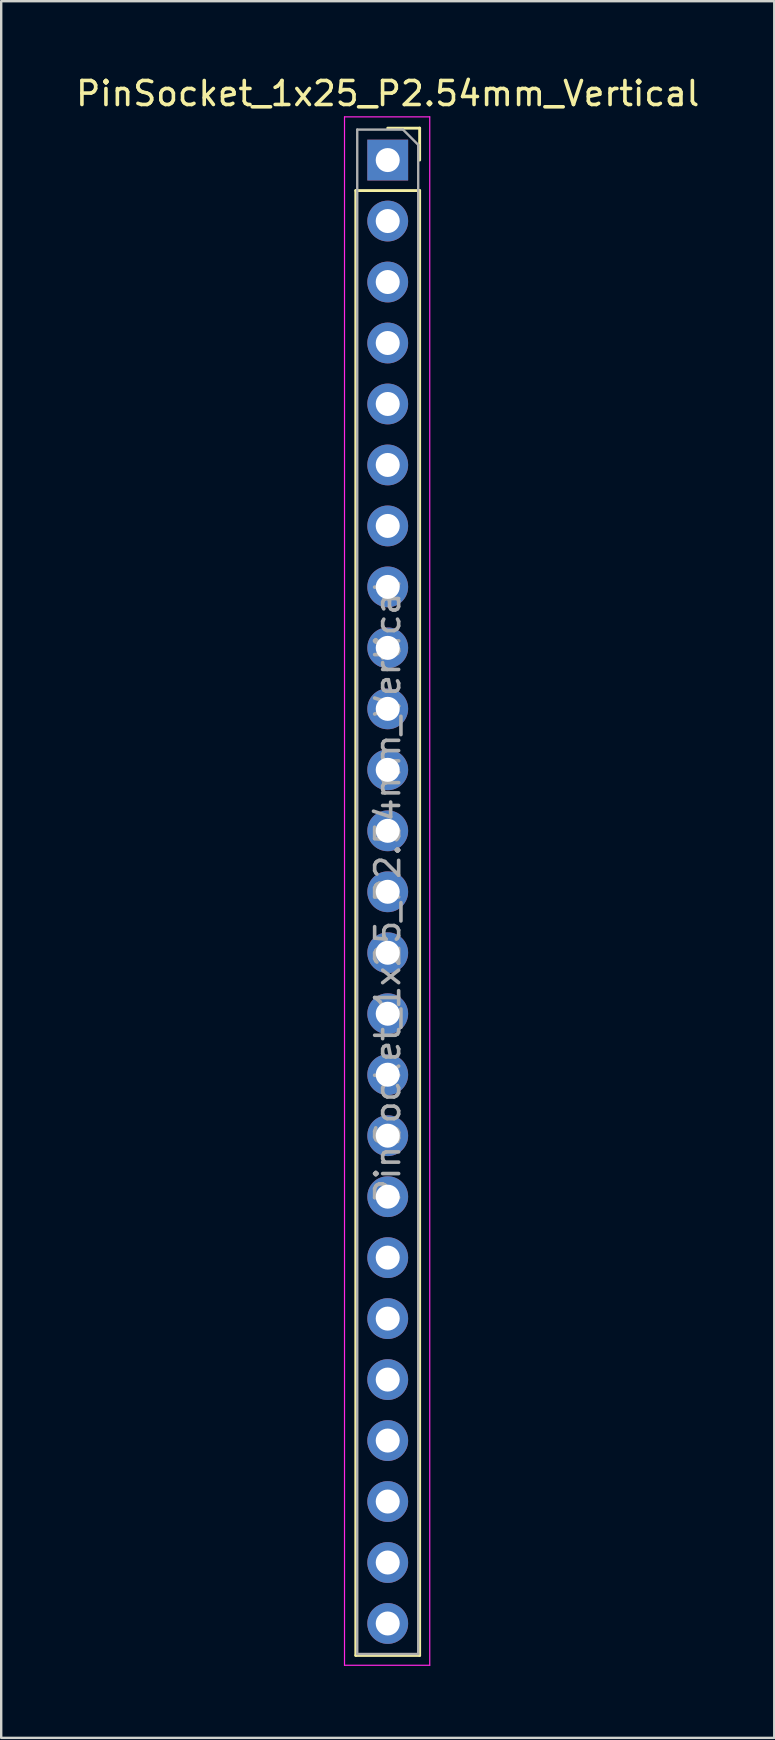
<source format=kicad_pcb>
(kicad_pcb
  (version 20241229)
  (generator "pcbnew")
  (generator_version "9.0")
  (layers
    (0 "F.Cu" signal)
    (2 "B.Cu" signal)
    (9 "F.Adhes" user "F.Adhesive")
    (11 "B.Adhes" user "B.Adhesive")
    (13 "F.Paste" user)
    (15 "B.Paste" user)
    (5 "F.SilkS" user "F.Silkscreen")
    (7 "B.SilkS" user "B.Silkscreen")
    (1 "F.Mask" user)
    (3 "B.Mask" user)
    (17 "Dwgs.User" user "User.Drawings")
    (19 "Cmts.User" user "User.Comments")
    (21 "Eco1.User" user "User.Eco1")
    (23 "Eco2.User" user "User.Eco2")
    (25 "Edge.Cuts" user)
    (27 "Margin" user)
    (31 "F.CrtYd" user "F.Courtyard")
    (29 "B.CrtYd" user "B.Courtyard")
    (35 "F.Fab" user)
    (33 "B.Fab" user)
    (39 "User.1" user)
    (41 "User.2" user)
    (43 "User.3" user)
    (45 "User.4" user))
  (footprint "PinSocket_1x25_P2.54mm_Vertical"
    (layer "F.Cu")
    (at 13.101 3.618)
    (property "Reference" "PinSocket_1x25_P2.54mm_Vertical" (at 0 -2.77 0) (layer "F.SilkS") (effects (font (size 1 1) (thickness 0.15))))
    (attr through_hole)
    (fp_line (start -1.33 1.27) (end -1.33 62.29) (stroke (width 0.12) (type solid)) (layer "F.SilkS"))
    (fp_line (start -1.33 1.27) (end 1.33 1.27) (stroke (width 0.12) (type solid)) (layer "F.SilkS"))
    (fp_line (start -1.33 62.29) (end 1.33 62.29) (stroke (width 0.12) (type solid)) (layer "F.SilkS"))
    (fp_line (start 0 -1.33) (end 1.33 -1.33) (stroke (width 0.12) (type solid)) (layer "F.SilkS"))
    (fp_line (start 1.33 -1.33) (end 1.33 0) (stroke (width 0.12) (type solid)) (layer "F.SilkS"))
    (fp_line (start 1.33 1.27) (end 1.33 62.29) (stroke (width 0.12) (type solid)) (layer "F.SilkS"))
    (fp_line (start -1.8 -1.8) (end 1.75 -1.8) (stroke (width 0.05) (type solid)) (layer "F.CrtYd"))
    (fp_line (start -1.8 62.7) (end -1.8 -1.8) (stroke (width 0.05) (type solid)) (layer "F.CrtYd"))
    (fp_line (start 1.75 -1.8) (end 1.75 62.7) (stroke (width 0.05) (type solid)) (layer "F.CrtYd"))
    (fp_line (start 1.75 62.7) (end -1.8 62.7) (stroke (width 0.05) (type solid)) (layer "F.CrtYd"))
    (fp_line (start -1.27 -1.27) (end 0.635 -1.27) (stroke (width 0.1) (type solid)) (layer "F.Fab"))
    (fp_line (start -1.27 62.23) (end -1.27 -1.27) (stroke (width 0.1) (type solid)) (layer "F.Fab"))
    (fp_line (start 0.635 -1.27) (end 1.27 -0.635) (stroke (width 0.1) (type solid)) (layer "F.Fab"))
    (fp_line (start 1.27 -0.635) (end 1.27 62.23) (stroke (width 0.1) (type solid)) (layer "F.Fab"))
    (fp_line (start 1.27 62.23) (end -1.27 62.23) (stroke (width 0.1) (type solid)) (layer "F.Fab"))
    (fp_text user "${REFERENCE}" (at 0 30.48 90) (layer "F.Fab") (effects (font (size 1 1) (thickness 0.15))))
    (pad "1" thru_hole rect (at 0 0) (size 1.7 1.7) (drill 1) (layers "*.Cu" "*.Mask"))
    (pad "2" thru_hole circle (at 0 2.54) (size 1.7 1.7) (drill 1) (layers "*.Cu" "*.Mask"))
    (pad "3" thru_hole circle (at 0 5.08) (size 1.7 1.7) (drill 1) (layers "*.Cu" "*.Mask"))
    (pad "4" thru_hole circle (at 0 7.62) (size 1.7 1.7) (drill 1) (layers "*.Cu" "*.Mask"))
    (pad "5" thru_hole circle (at 0 10.16) (size 1.7 1.7) (drill 1) (layers "*.Cu" "*.Mask"))
    (pad "6" thru_hole circle (at 0 12.7) (size 1.7 1.7) (drill 1) (layers "*.Cu" "*.Mask"))
    (pad "7" thru_hole circle (at 0 15.24) (size 1.7 1.7) (drill 1) (layers "*.Cu" "*.Mask"))
    (pad "8" thru_hole circle (at 0 17.78) (size 1.7 1.7) (drill 1) (layers "*.Cu" "*.Mask"))
    (pad "9" thru_hole circle (at 0 20.32) (size 1.7 1.7) (drill 1) (layers "*.Cu" "*.Mask"))
    (pad "10" thru_hole circle (at 0 22.86) (size 1.7 1.7) (drill 1) (layers "*.Cu" "*.Mask"))
    (pad "11" thru_hole circle (at 0 25.4) (size 1.7 1.7) (drill 1) (layers "*.Cu" "*.Mask"))
    (pad "12" thru_hole circle (at 0 27.94) (size 1.7 1.7) (drill 1) (layers "*.Cu" "*.Mask"))
    (pad "13" thru_hole circle (at 0 30.48) (size 1.7 1.7) (drill 1) (layers "*.Cu" "*.Mask"))
    (pad "14" thru_hole circle (at 0 33.02) (size 1.7 1.7) (drill 1) (layers "*.Cu" "*.Mask"))
    (pad "15" thru_hole circle (at 0 35.56) (size 1.7 1.7) (drill 1) (layers "*.Cu" "*.Mask"))
    (pad "16" thru_hole circle (at 0 38.1) (size 1.7 1.7) (drill 1) (layers "*.Cu" "*.Mask"))
    (pad "17" thru_hole circle (at 0 40.64) (size 1.7 1.7) (drill 1) (layers "*.Cu" "*.Mask"))
    (pad "18" thru_hole circle (at 0 43.18) (size 1.7 1.7) (drill 1) (layers "*.Cu" "*.Mask"))
    (pad "19" thru_hole circle (at 0 45.72) (size 1.7 1.7) (drill 1) (layers "*.Cu" "*.Mask"))
    (pad "20" thru_hole circle (at 0 48.26) (size 1.7 1.7) (drill 1) (layers "*.Cu" "*.Mask"))
    (pad "21" thru_hole circle (at 0 50.8) (size 1.7 1.7) (drill 1) (layers "*.Cu" "*.Mask"))
    (pad "22" thru_hole circle (at 0 53.34) (size 1.7 1.7) (drill 1) (layers "*.Cu" "*.Mask"))
    (pad "23" thru_hole circle (at 0 55.88) (size 1.7 1.7) (drill 1) (layers "*.Cu" "*.Mask"))
    (pad "24" thru_hole circle (at 0 58.42) (size 1.7 1.7) (drill 1) (layers "*.Cu" "*.Mask"))
    (pad "25" thru_hole circle (at 0 60.96) (size 1.7 1.7) (drill 1) (layers "*.Cu" "*.Mask")))
  (gr_rect
    (start -3 -3)
    (end 29.202 69.343)
    (stroke (width 0.1) (type default))
    (fill no)
    (layer "Edge.Cuts")))
</source>
